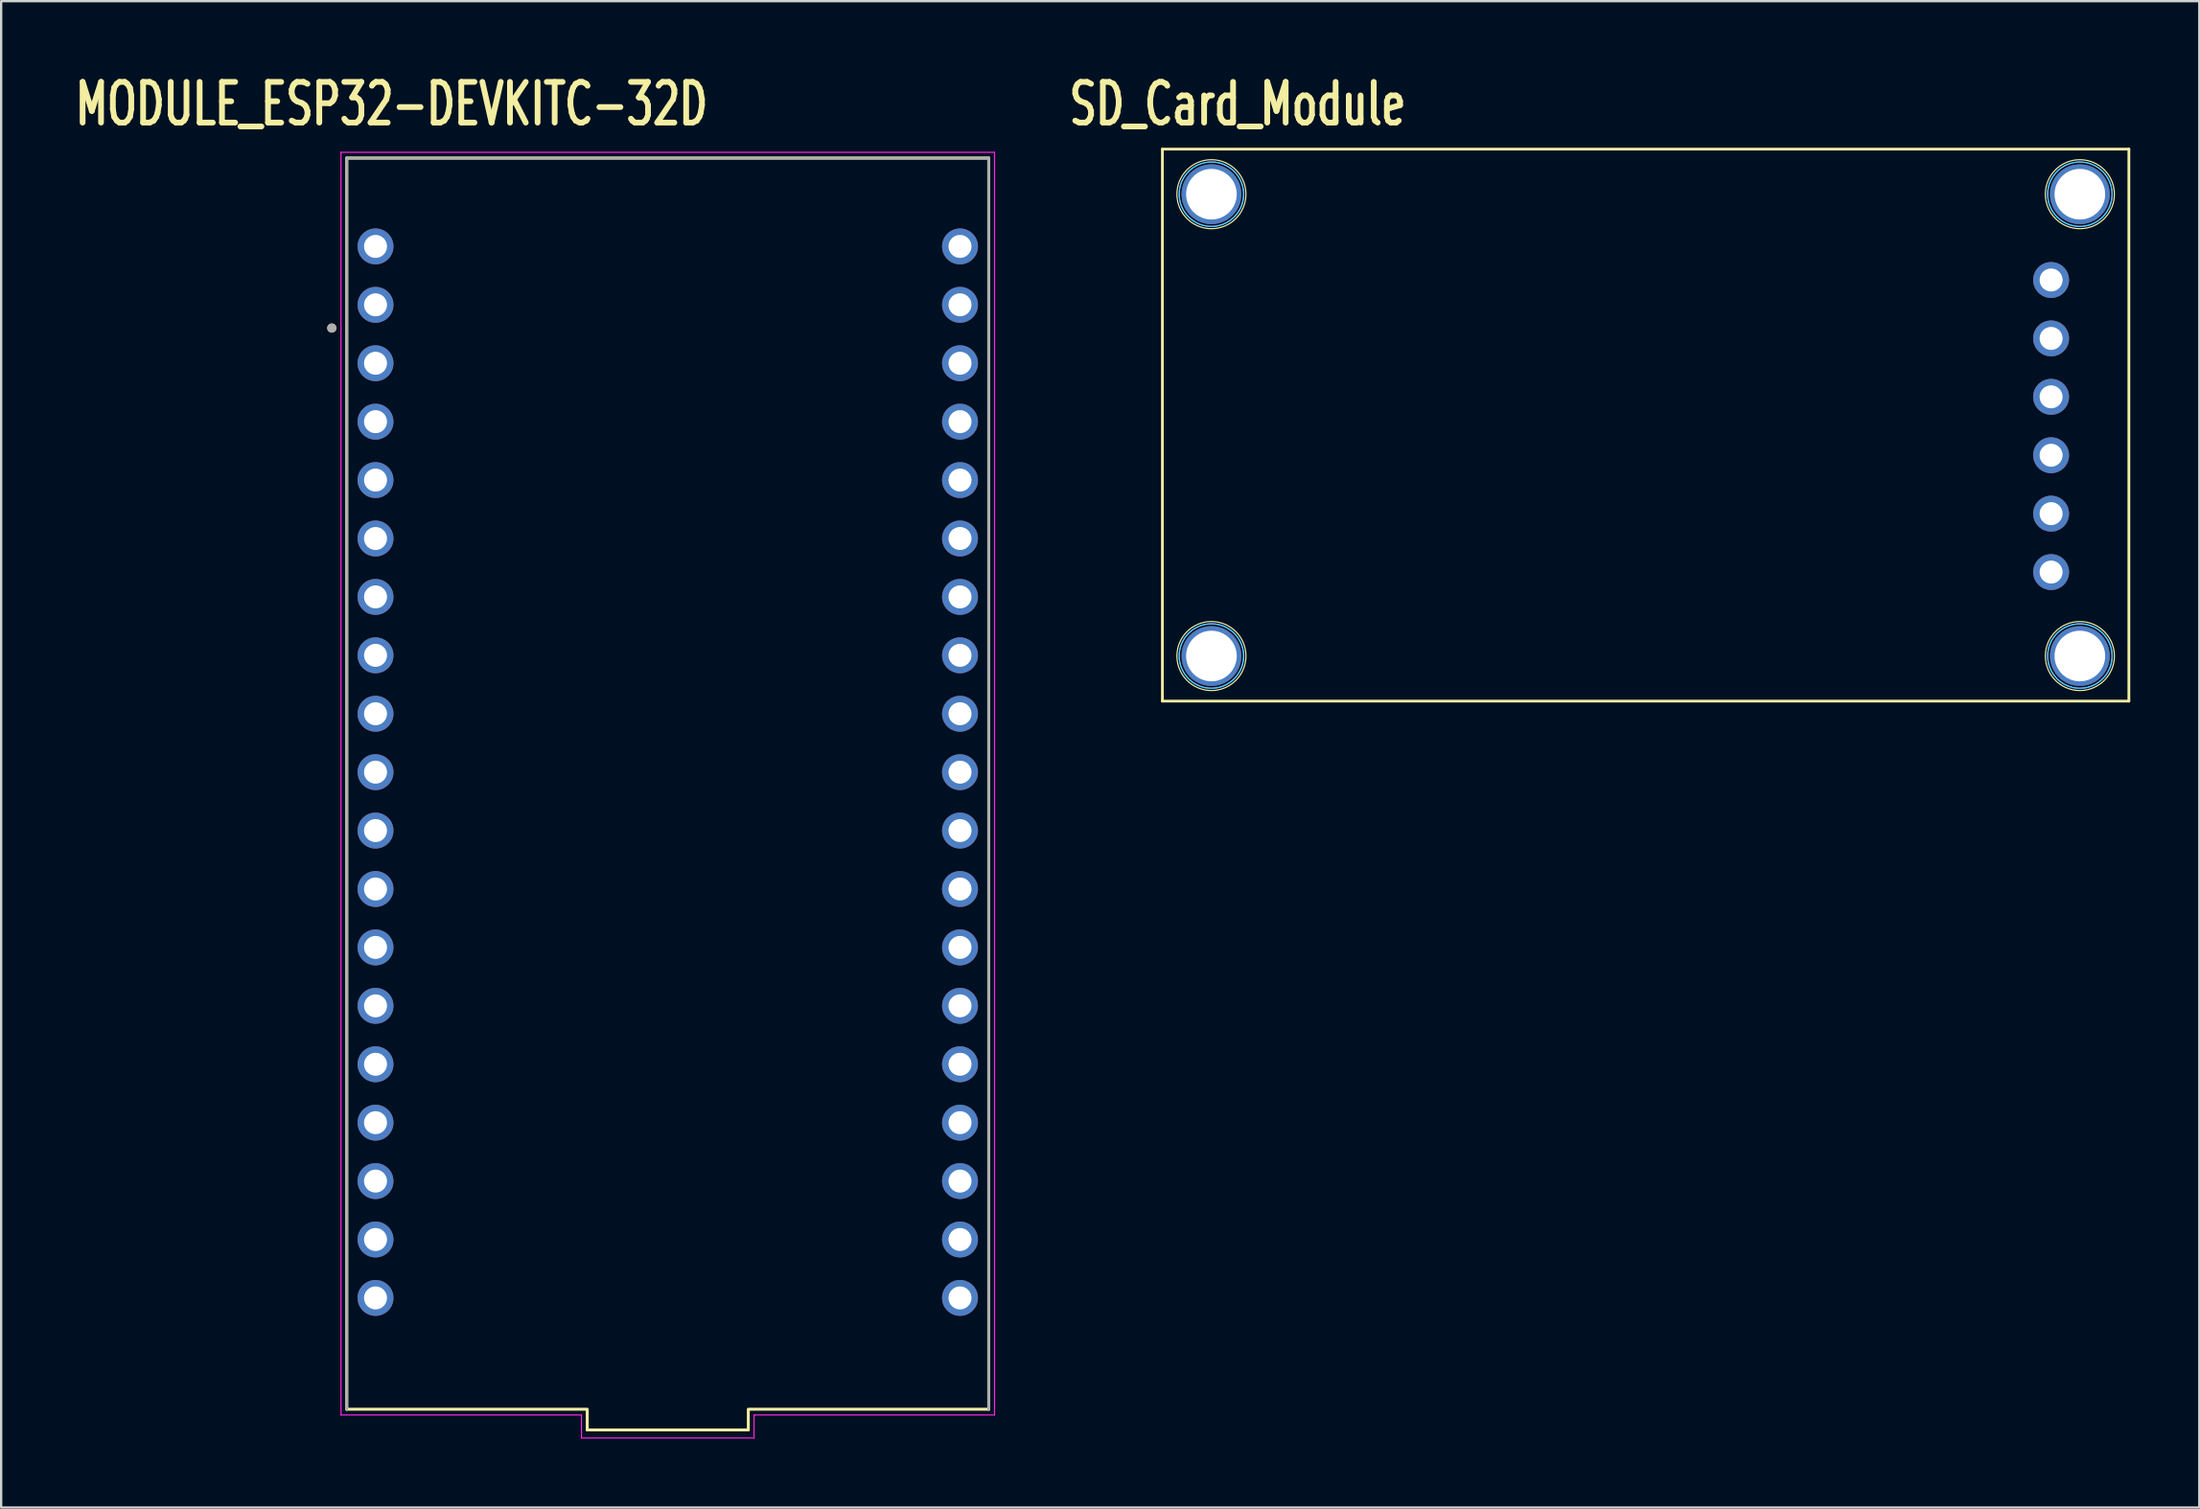
<source format=kicad_pcb>
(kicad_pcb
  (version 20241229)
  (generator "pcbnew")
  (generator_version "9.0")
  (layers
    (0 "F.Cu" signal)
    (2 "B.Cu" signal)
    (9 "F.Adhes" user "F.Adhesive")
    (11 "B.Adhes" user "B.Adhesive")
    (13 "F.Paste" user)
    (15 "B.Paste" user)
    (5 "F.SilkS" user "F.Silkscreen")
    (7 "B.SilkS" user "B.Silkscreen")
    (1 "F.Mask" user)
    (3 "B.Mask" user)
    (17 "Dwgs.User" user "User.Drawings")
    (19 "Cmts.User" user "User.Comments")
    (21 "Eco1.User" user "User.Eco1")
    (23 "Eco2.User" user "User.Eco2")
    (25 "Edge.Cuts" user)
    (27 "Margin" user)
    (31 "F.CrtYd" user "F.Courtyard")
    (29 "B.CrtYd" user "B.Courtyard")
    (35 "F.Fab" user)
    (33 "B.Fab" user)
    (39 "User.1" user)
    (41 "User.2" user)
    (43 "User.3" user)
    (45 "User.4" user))
  (footprint "MODULE_ESP32-DEVKITC-32D"
    (layer "F.Cu")
    (at 25.969 30.974)
    (property "Reference" "MODULE_ESP32-DEVKITC-32D" (at -12 -29.5 0) (layer "F.SilkS") (effects (font (size 1.77 1.2) (thickness 0.25) (bold yes))))
    (attr through_hole)
    (fp_line (start -13.95 -27.15) (end 13.95 -27.15) (stroke (width 0.127) (type solid)) (layer "F.SilkS"))
    (fp_line (start -13.95 27.25) (end -13.95 -27.15) (stroke (width 0.127) (type solid)) (layer "F.SilkS"))
    (fp_line (start -3.5 27.25) (end -13.95 27.25) (stroke (width 0.127) (type solid)) (layer "F.SilkS"))
    (fp_line (start -3.5 27.3) (end -3.5 28.15) (stroke (width 0.127) (type solid)) (layer "F.SilkS"))
    (fp_line (start -3.5 28.15) (end 3.5 28.15) (stroke (width 0.127) (type solid)) (layer "F.SilkS"))
    (fp_line (start 3.5 28.15) (end 3.5 27.3) (stroke (width 0.127) (type solid)) (layer "F.SilkS"))
    (fp_line (start 13.95 -27.15) (end 13.95 27.25) (stroke (width 0.127) (type solid)) (layer "F.SilkS"))
    (fp_line (start 13.95 27.25) (end 3.5 27.25) (stroke (width 0.127) (type solid)) (layer "F.SilkS"))
    (fp_circle (center -14.6 -19.76) (end -14.5 -19.76) (stroke (width 0.2) (type solid)) (fill no) (layer "F.SilkS"))
    (fp_line (start -14.2 -27.4) (end 14.2 -27.4) (stroke (width 0.05) (type solid)) (layer "F.CrtYd"))
    (fp_line (start -14.2 27.5) (end -14.2 -27.4) (stroke (width 0.05) (type solid)) (layer "F.CrtYd"))
    (fp_line (start -3.75 27.5) (end -14.2 27.5) (stroke (width 0.05) (type solid)) (layer "F.CrtYd"))
    (fp_line (start -3.75 27.5) (end -3.75 28.5) (stroke (width 0.05) (type solid)) (layer "F.CrtYd"))
    (fp_line (start -3.75 28.5) (end 3.75 28.5) (stroke (width 0.05) (type solid)) (layer "F.CrtYd"))
    (fp_line (start 3.75 28.5) (end 3.75 27.5) (stroke (width 0.05) (type solid)) (layer "F.CrtYd"))
    (fp_line (start 14.2 -27.4) (end 14.2 27.5) (stroke (width 0.05) (type solid)) (layer "F.CrtYd"))
    (fp_line (start 14.2 27.5) (end 3.75 27.5) (stroke (width 0.05) (type solid)) (layer "F.CrtYd"))
    (fp_line (start -13.95 -27.15) (end 13.95 -27.15) (stroke (width 0.127) (type solid)) (layer "F.Fab"))
    (fp_line (start -13.95 27.25) (end -13.95 -27.15) (stroke (width 0.127) (type solid)) (layer "F.Fab"))
    (fp_line (start 13.95 -27.15) (end 13.95 27.25) (stroke (width 0.127) (type solid)) (layer "F.Fab"))
    (fp_circle (center -14.6 -19.76) (end -14.5 -19.76) (stroke (width 0.2) (type solid)) (fill no) (layer "F.Fab"))
    (pad "1" thru_hole circle (at -12.7 -23.31) (size 1.56 1.56) (drill 1) (layers "*.Cu" "*.Mask"))
    (pad "2" thru_hole circle (at -12.7 -20.77) (size 1.56 1.56) (drill 1) (layers "*.Cu" "*.Mask"))
    (pad "3" thru_hole circle (at -12.7 -18.23) (size 1.56 1.56) (drill 1) (layers "*.Cu" "*.Mask"))
    (pad "4" thru_hole circle (at -12.7 -15.69) (size 1.56 1.56) (drill 1) (layers "*.Cu" "*.Mask"))
    (pad "5" thru_hole circle (at -12.7 -13.15) (size 1.56 1.56) (drill 1) (layers "*.Cu" "*.Mask"))
    (pad "6" thru_hole circle (at -12.7 -10.61) (size 1.56 1.56) (drill 1) (layers "*.Cu" "*.Mask"))
    (pad "7" thru_hole circle (at -12.7 -8.07) (size 1.56 1.56) (drill 1) (layers "*.Cu" "*.Mask"))
    (pad "8" thru_hole circle (at -12.7 -5.53) (size 1.56 1.56) (drill 1) (layers "*.Cu" "*.Mask"))
    (pad "9" thru_hole circle (at -12.7 -2.99) (size 1.56 1.56) (drill 1) (layers "*.Cu" "*.Mask"))
    (pad "10" thru_hole circle (at -12.7 -0.45) (size 1.56 1.56) (drill 1) (layers "*.Cu" "*.Mask"))
    (pad "11" thru_hole circle (at -12.7 2.09) (size 1.56 1.56) (drill 1) (layers "*.Cu" "*.Mask"))
    (pad "12" thru_hole circle (at -12.7 4.63) (size 1.56 1.56) (drill 1) (layers "*.Cu" "*.Mask"))
    (pad "13" thru_hole circle (at -12.7 7.17) (size 1.56 1.56) (drill 1) (layers "*.Cu" "*.Mask"))
    (pad "14" thru_hole circle (at -12.7 9.71) (size 1.56 1.56) (drill 1) (layers "*.Cu" "*.Mask"))
    (pad "15" thru_hole circle (at -12.7 12.25) (size 1.56 1.56) (drill 1) (layers "*.Cu" "*.Mask"))
    (pad "16" thru_hole circle (at -12.7 14.79) (size 1.56 1.56) (drill 1) (layers "*.Cu" "*.Mask"))
    (pad "17" thru_hole circle (at -12.7 17.33) (size 1.56 1.56) (drill 1) (layers "*.Cu" "*.Mask"))
    (pad "18" thru_hole circle (at -12.7 19.87) (size 1.56 1.56) (drill 1) (layers "*.Cu" "*.Mask"))
    (pad "19" thru_hole circle (at -12.7 22.41) (size 1.56 1.56) (drill 1) (layers "*.Cu" "*.Mask"))
    (pad "20" thru_hole circle (at 12.7 22.41) (size 1.56 1.56) (drill 1) (layers "*.Cu" "*.Mask"))
    (pad "21" thru_hole circle (at 12.7 19.87) (size 1.56 1.56) (drill 1) (layers "*.Cu" "*.Mask"))
    (pad "22" thru_hole circle (at 12.7 17.33) (size 1.56 1.56) (drill 1) (layers "*.Cu" "*.Mask"))
    (pad "23" thru_hole circle (at 12.7 14.79) (size 1.56 1.56) (drill 1) (layers "*.Cu" "*.Mask"))
    (pad "24" thru_hole circle (at 12.7 12.25) (size 1.56 1.56) (drill 1) (layers "*.Cu" "*.Mask"))
    (pad "25" thru_hole circle (at 12.7 9.71) (size 1.56 1.56) (drill 1) (layers "*.Cu" "*.Mask"))
    (pad "26" thru_hole circle (at 12.7 7.17) (size 1.56 1.56) (drill 1) (layers "*.Cu" "*.Mask"))
    (pad "27" thru_hole circle (at 12.7 4.63) (size 1.56 1.56) (drill 1) (layers "*.Cu" "*.Mask"))
    (pad "28" thru_hole circle (at 12.7 2.09) (size 1.56 1.56) (drill 1) (layers "*.Cu" "*.Mask"))
    (pad "29" thru_hole circle (at 12.7 -0.45) (size 1.56 1.56) (drill 1) (layers "*.Cu" "*.Mask"))
    (pad "30" thru_hole circle (at 12.7 -2.99) (size 1.56 1.56) (drill 1) (layers "*.Cu" "*.Mask"))
    (pad "31" thru_hole circle (at 12.7 -5.53) (size 1.56 1.56) (drill 1) (layers "*.Cu" "*.Mask"))
    (pad "32" thru_hole circle (at 12.7 -8.07) (size 1.56 1.56) (drill 1) (layers "*.Cu" "*.Mask"))
    (pad "33" thru_hole circle (at 12.7 -10.61) (size 1.56 1.56) (drill 1) (layers "*.Cu" "*.Mask"))
    (pad "34" thru_hole circle (at 12.7 -13.15) (size 1.56 1.56) (drill 1) (layers "*.Cu" "*.Mask"))
    (pad "35" thru_hole circle (at 12.7 -15.69) (size 1.56 1.56) (drill 1) (layers "*.Cu" "*.Mask"))
    (pad "36" thru_hole circle (at 12.7 -18.23) (size 1.56 1.56) (drill 1) (layers "*.Cu" "*.Mask"))
    (pad "37" thru_hole circle (at 12.7 -20.77) (size 1.56 1.56) (drill 1) (layers "*.Cu" "*.Mask"))
    (pad "38" thru_hole circle (at 12.7 -23.31) (size 1.56 1.56) (drill 1) (layers "*.Cu" "*.Mask")))
  (footprint "SD_Card_Module"
    (layer "F.Cu")
    (at 48.735 11.974)
    (property "Reference" "SD_Card_Module" (at 2 -10.5 0) (layer "F.SilkS") (effects (font (size 1.77 1.2) (thickness 0.25) (bold yes))))
    (attr through_hole)
    (fp_line (start -1.27 -8.54) (end 40.73 -8.54) (stroke (width 0.12) (type solid)) (layer "F.SilkS"))
    (fp_line (start -1.27 15.46) (end -1.27 -8.54) (stroke (width 0.12) (type solid)) (layer "F.SilkS"))
    (fp_line (start -1.27 15.46) (end 40.73 15.46) (stroke (width 0.12) (type solid)) (layer "F.SilkS"))
    (fp_line (start 40.73 15.46) (end 40.73 -8.54) (stroke (width 0.12) (type solid)) (layer "F.SilkS"))
    (fp_circle (center 0.86 -6.58) (end 2.36 -6.58) (stroke (width 0.05) (type solid)) (fill no) (layer "F.SilkS"))
    (fp_circle (center 0.86 13.5) (end 2.36 13.5) (stroke (width 0.05) (type solid)) (fill no) (layer "F.SilkS"))
    (fp_circle (center 38.6 -6.58) (end 40.1 -6.58) (stroke (width 0.05) (type solid)) (fill no) (layer "F.SilkS"))
    (fp_circle (center 38.6 13.5) (end 40.1 13.5) (stroke (width 0.05) (type solid)) (fill no) (layer "F.SilkS"))
    (fp_circle (center 0.86 -6.58) (end 2.26 -6.58) (stroke (width 0.05) (type solid)) (fill no) (layer "B.CrtYd"))
    (fp_circle (center 0.86 13.5) (end 2.26 13.5) (stroke (width 0.05) (type solid)) (fill no) (layer "B.CrtYd"))
    (fp_circle (center 38.6 -6.58) (end 40 -6.58) (stroke (width 0.05) (type solid)) (fill no) (layer "B.CrtYd"))
    (fp_circle (center 38.6 13.5) (end 40 13.5) (stroke (width 0.05) (type solid)) (fill no) (layer "B.CrtYd"))
    (fp_circle (center 0.86 -6.58) (end 2.26 -6.58) (stroke (width 0.05) (type solid)) (fill no) (layer "F.CrtYd"))
    (fp_circle (center 0.86 13.5) (end 2.26 13.5) (stroke (width 0.05) (type solid)) (fill no) (layer "F.CrtYd"))
    (fp_circle (center 38.6 -6.58) (end 40 -6.58) (stroke (width 0.05) (type solid)) (fill no) (layer "F.CrtYd"))
    (fp_circle (center 38.6 13.5) (end 40 13.5) (stroke (width 0.05) (type solid)) (fill no) (layer "F.CrtYd"))
    (pad "" thru_hole circle (at 0.86 -6.58) (size 2.6 2.6) (drill 2.2) (property pad_prop_mechanical) (layers "*.Cu" "*.Mask"))
    (pad "" thru_hole circle (at 0.86 13.5) (size 2.6 2.6) (drill 2.2) (property pad_prop_mechanical) (layers "*.Cu" "*.Mask"))
    (pad "" thru_hole circle (at 38.6 -6.58) (size 2.6 2.6) (drill 2.2) (property pad_prop_mechanical) (layers "*.Cu" "*.Mask"))
    (pad "" thru_hole circle (at 38.6 13.5) (size 2.6 2.6) (drill 2.2) (property pad_prop_mechanical) (layers "*.Cu" "*.Mask"))
    (pad "1" thru_hole circle (at 37.35 -2.85) (size 1.56 1.56) (drill 1) (property pad_prop_mechanical) (layers "*.Cu" "*.Mask"))
    (pad "2" thru_hole circle (at 37.35 -0.31) (size 1.56 1.56) (drill 1) (property pad_prop_mechanical) (layers "*.Cu" "*.Mask"))
    (pad "3" thru_hole circle (at 37.35 2.23) (size 1.56 1.56) (drill 1) (property pad_prop_mechanical) (layers "*.Cu" "*.Mask"))
    (pad "4" thru_hole circle (at 37.35 4.77) (size 1.56 1.56) (drill 1) (property pad_prop_mechanical) (layers "*.Cu" "*.Mask"))
    (pad "5" thru_hole circle (at 37.35 7.31) (size 1.56 1.56) (drill 1) (property pad_prop_mechanical) (layers "*.Cu" "*.Mask"))
    (pad "6" thru_hole circle (at 37.35 9.85) (size 1.56 1.56) (drill 1) (property pad_prop_mechanical) (layers "*.Cu" "*.Mask")))
  (gr_rect
    (start -3 -3)
    (end 92.525 62.499)
    (stroke (width 0.1) (type default))
    (fill no)
    (layer "Edge.Cuts")))
</source>
